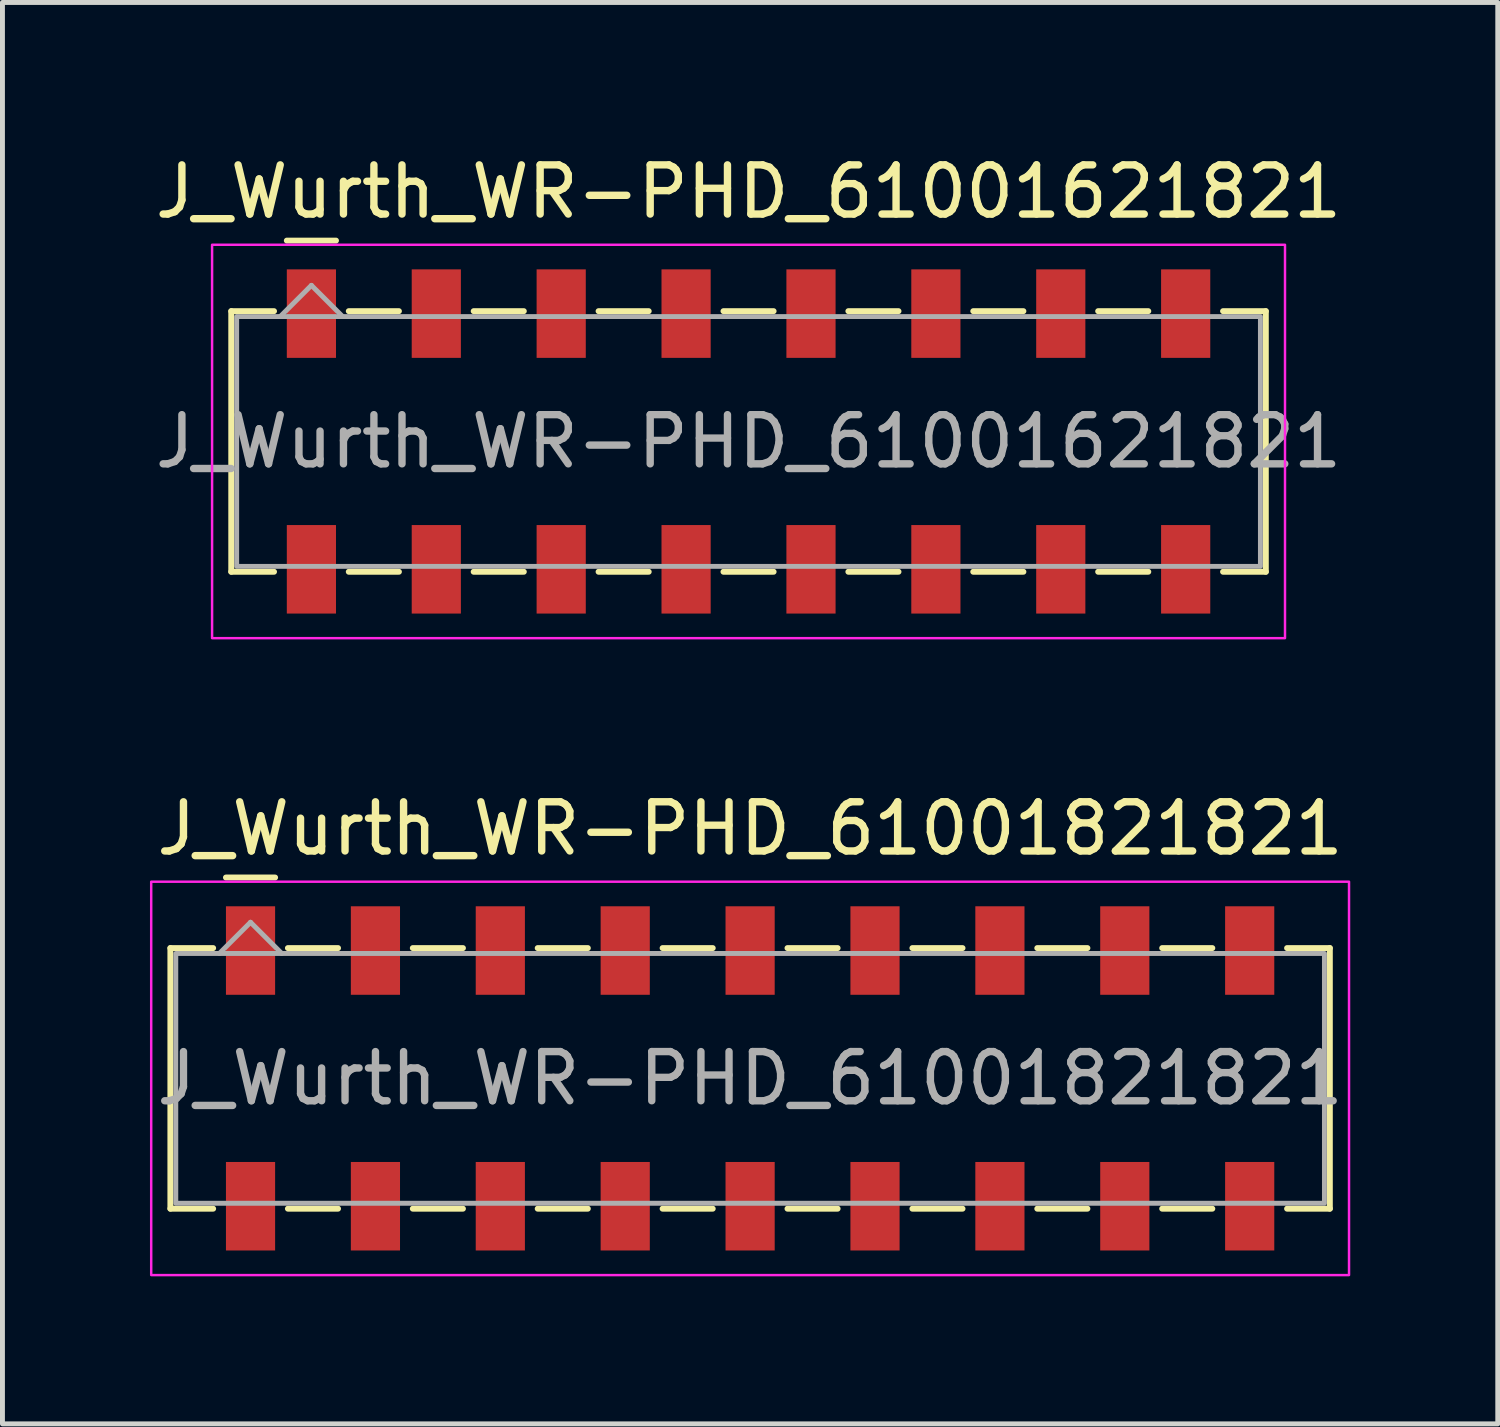
<source format=kicad_pcb>
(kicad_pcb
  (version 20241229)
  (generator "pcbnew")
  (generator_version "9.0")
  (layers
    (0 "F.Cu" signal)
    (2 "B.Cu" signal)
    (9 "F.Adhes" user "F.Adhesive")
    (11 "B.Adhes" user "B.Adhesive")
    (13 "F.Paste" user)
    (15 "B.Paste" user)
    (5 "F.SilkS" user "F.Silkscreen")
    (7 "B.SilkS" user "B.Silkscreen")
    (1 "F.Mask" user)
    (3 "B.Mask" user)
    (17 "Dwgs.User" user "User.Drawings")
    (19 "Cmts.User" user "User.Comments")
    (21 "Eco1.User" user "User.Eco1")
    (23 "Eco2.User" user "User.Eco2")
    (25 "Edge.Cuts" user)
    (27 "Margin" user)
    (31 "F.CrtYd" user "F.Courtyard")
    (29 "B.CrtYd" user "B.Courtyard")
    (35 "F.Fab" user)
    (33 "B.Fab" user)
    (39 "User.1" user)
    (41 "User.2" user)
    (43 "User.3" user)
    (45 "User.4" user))
  (footprint "J_Wurth_WR-PHD_61001821821"
    (layer "F.Cu")
    (at 12.205 18.881)
    (property "Reference" "J_Wurth_WR-PHD_61001821821" (at 0 -5.08 0) (unlocked yes) (layer "F.SilkS") (effects (font (size 1 1) (thickness 0.15))))
    (attr smd)
    (fp_line (start -11.79 -2.65) (end -11.79 2.65) (stroke (width 0.12) (type solid)) (layer "F.SilkS"))
    (fp_line (start -11.79 -2.65) (end -10.92 -2.65) (stroke (width 0.12) (type solid)) (layer "F.SilkS"))
    (fp_line (start -11.79 2.65) (end -10.92 2.65) (stroke (width 0.12) (type solid)) (layer "F.SilkS"))
    (fp_line (start -10.66 -4.085) (end -9.66 -4.085) (stroke (width 0.12) (type solid)) (layer "F.SilkS"))
    (fp_line (start -9.4 -2.65) (end -8.38 -2.65) (stroke (width 0.12) (type solid)) (layer "F.SilkS"))
    (fp_line (start -9.4 2.65) (end -8.38 2.65) (stroke (width 0.12) (type solid)) (layer "F.SilkS"))
    (fp_line (start -6.86 -2.65) (end -5.84 -2.65) (stroke (width 0.12) (type solid)) (layer "F.SilkS"))
    (fp_line (start -6.86 2.65) (end -5.84 2.65) (stroke (width 0.12) (type solid)) (layer "F.SilkS"))
    (fp_line (start -4.32 -2.65) (end -3.3 -2.65) (stroke (width 0.12) (type solid)) (layer "F.SilkS"))
    (fp_line (start -4.32 2.65) (end -3.3 2.65) (stroke (width 0.12) (type solid)) (layer "F.SilkS"))
    (fp_line (start -1.78 -2.65) (end -0.76 -2.65) (stroke (width 0.12) (type solid)) (layer "F.SilkS"))
    (fp_line (start -1.78 2.65) (end -0.76 2.65) (stroke (width 0.12) (type solid)) (layer "F.SilkS"))
    (fp_line (start 0.76 -2.65) (end 1.78 -2.65) (stroke (width 0.12) (type solid)) (layer "F.SilkS"))
    (fp_line (start 0.76 2.65) (end 1.78 2.65) (stroke (width 0.12) (type solid)) (layer "F.SilkS"))
    (fp_line (start 3.3 -2.65) (end 4.32 -2.65) (stroke (width 0.12) (type solid)) (layer "F.SilkS"))
    (fp_line (start 3.3 2.65) (end 4.32 2.65) (stroke (width 0.12) (type solid)) (layer "F.SilkS"))
    (fp_line (start 5.84 -2.65) (end 6.86 -2.65) (stroke (width 0.12) (type solid)) (layer "F.SilkS"))
    (fp_line (start 5.84 2.65) (end 6.86 2.65) (stroke (width 0.12) (type solid)) (layer "F.SilkS"))
    (fp_line (start 8.38 -2.65) (end 9.4 -2.65) (stroke (width 0.12) (type solid)) (layer "F.SilkS"))
    (fp_line (start 8.38 2.65) (end 9.4 2.65) (stroke (width 0.12) (type solid)) (layer "F.SilkS"))
    (fp_line (start 10.92 -2.65) (end 11.79 -2.65) (stroke (width 0.12) (type solid)) (layer "F.SilkS"))
    (fp_line (start 10.92 2.65) (end 11.79 2.65) (stroke (width 0.12) (type solid)) (layer "F.SilkS"))
    (fp_line (start 11.79 -2.65) (end 11.79 2.65) (stroke (width 0.12) (type solid)) (layer "F.SilkS"))
    (fp_rect (start -12.18 -4) (end 12.18 4) (stroke (width 0.05) (type solid)) (fill no) (layer "F.CrtYd"))
    (fp_line (start -10.795 -2.54) (end -10.16 -3.175) (stroke (width 0.1) (type default)) (layer "F.Fab"))
    (fp_line (start -10.16 -3.175) (end -9.525 -2.54) (stroke (width 0.1) (type default)) (layer "F.Fab"))
    (fp_rect (start -11.68 -2.54) (end 11.68 2.54) (stroke (width 0.1) (type solid)) (fill no) (layer "F.Fab"))
    (fp_text user "${REFERENCE}" (at 0 0 0) (unlocked yes) (layer "F.Fab") (effects (font (size 1 1) (thickness 0.15))))
    (pad "1" smd rect (at -10.16 -2.6) (size 1 1.8) (layers "F.Cu" "F.Mask" "F.Paste"))
    (pad "2" smd rect (at -10.16 2.6) (size 1 1.8) (layers "F.Cu" "F.Mask" "F.Paste"))
    (pad "3" smd rect (at -7.62 -2.6) (size 1 1.8) (layers "F.Cu" "F.Mask" "F.Paste"))
    (pad "4" smd rect (at -7.62 2.6) (size 1 1.8) (layers "F.Cu" "F.Mask" "F.Paste"))
    (pad "5" smd rect (at -5.08 -2.6) (size 1 1.8) (layers "F.Cu" "F.Mask" "F.Paste"))
    (pad "6" smd rect (at -5.08 2.6) (size 1 1.8) (layers "F.Cu" "F.Mask" "F.Paste"))
    (pad "7" smd rect (at -2.54 -2.6) (size 1 1.8) (layers "F.Cu" "F.Mask" "F.Paste"))
    (pad "8" smd rect (at -2.54 2.6) (size 1 1.8) (layers "F.Cu" "F.Mask" "F.Paste"))
    (pad "9" smd rect (at 0 -2.6) (size 1 1.8) (layers "F.Cu" "F.Mask" "F.Paste"))
    (pad "10" smd rect (at 0 2.6) (size 1 1.8) (layers "F.Cu" "F.Mask" "F.Paste"))
    (pad "11" smd rect (at 2.54 -2.6) (size 1 1.8) (layers "F.Cu" "F.Mask" "F.Paste"))
    (pad "12" smd rect (at 2.54 2.6) (size 1 1.8) (layers "F.Cu" "F.Mask" "F.Paste"))
    (pad "13" smd rect (at 5.08 -2.6) (size 1 1.8) (layers "F.Cu" "F.Mask" "F.Paste"))
    (pad "14" smd rect (at 5.08 2.6) (size 1 1.8) (layers "F.Cu" "F.Mask" "F.Paste"))
    (pad "15" smd rect (at 7.62 -2.6) (size 1 1.8) (layers "F.Cu" "F.Mask" "F.Paste"))
    (pad "16" smd rect (at 7.62 2.6) (size 1 1.8) (layers "F.Cu" "F.Mask" "F.Paste"))
    (pad "17" smd rect (at 10.16 -2.6) (size 1 1.8) (layers "F.Cu" "F.Mask" "F.Paste"))
    (pad "18" smd rect (at 10.16 2.6) (size 1 1.8) (layers "F.Cu" "F.Mask" "F.Paste")))
  (footprint "J_Wurth_WR-PHD_61001621821"
    (layer "F.Cu")
    (at 12.173 5.928)
    (property "Reference" "J_Wurth_WR-PHD_61001621821" (at 0 -5.08 0) (unlocked yes) (layer "F.SilkS") (effects (font (size 1 1) (thickness 0.15))))
    (attr smd)
    (fp_line (start -10.52 -2.65) (end -10.52 2.65) (stroke (width 0.12) (type solid)) (layer "F.SilkS"))
    (fp_line (start -10.52 -2.65) (end -9.65 -2.65) (stroke (width 0.12) (type solid)) (layer "F.SilkS"))
    (fp_line (start -10.52 2.65) (end -9.65 2.65) (stroke (width 0.12) (type solid)) (layer "F.SilkS"))
    (fp_line (start -9.39 -4.085) (end -8.39 -4.085) (stroke (width 0.12) (type solid)) (layer "F.SilkS"))
    (fp_line (start -8.13 -2.65) (end -7.11 -2.65) (stroke (width 0.12) (type solid)) (layer "F.SilkS"))
    (fp_line (start -8.13 2.65) (end -7.11 2.65) (stroke (width 0.12) (type solid)) (layer "F.SilkS"))
    (fp_line (start -5.59 -2.65) (end -4.57 -2.65) (stroke (width 0.12) (type solid)) (layer "F.SilkS"))
    (fp_line (start -5.59 2.65) (end -4.57 2.65) (stroke (width 0.12) (type solid)) (layer "F.SilkS"))
    (fp_line (start -3.05 -2.65) (end -2.03 -2.65) (stroke (width 0.12) (type solid)) (layer "F.SilkS"))
    (fp_line (start -3.05 2.65) (end -2.03 2.65) (stroke (width 0.12) (type solid)) (layer "F.SilkS"))
    (fp_line (start -0.51 -2.65) (end 0.51 -2.65) (stroke (width 0.12) (type solid)) (layer "F.SilkS"))
    (fp_line (start -0.51 2.65) (end 0.51 2.65) (stroke (width 0.12) (type solid)) (layer "F.SilkS"))
    (fp_line (start 2.03 -2.65) (end 3.05 -2.65) (stroke (width 0.12) (type solid)) (layer "F.SilkS"))
    (fp_line (start 2.03 2.65) (end 3.05 2.65) (stroke (width 0.12) (type solid)) (layer "F.SilkS"))
    (fp_line (start 4.57 -2.65) (end 5.59 -2.65) (stroke (width 0.12) (type solid)) (layer "F.SilkS"))
    (fp_line (start 4.57 2.65) (end 5.59 2.65) (stroke (width 0.12) (type solid)) (layer "F.SilkS"))
    (fp_line (start 7.11 -2.65) (end 8.13 -2.65) (stroke (width 0.12) (type solid)) (layer "F.SilkS"))
    (fp_line (start 7.11 2.65) (end 8.13 2.65) (stroke (width 0.12) (type solid)) (layer "F.SilkS"))
    (fp_line (start 9.65 -2.65) (end 10.52 -2.65) (stroke (width 0.12) (type solid)) (layer "F.SilkS"))
    (fp_line (start 9.65 2.65) (end 10.52 2.65) (stroke (width 0.12) (type solid)) (layer "F.SilkS"))
    (fp_line (start 10.52 -2.65) (end 10.52 2.65) (stroke (width 0.12) (type solid)) (layer "F.SilkS"))
    (fp_rect (start -10.91 -4) (end 10.91 4) (stroke (width 0.05) (type solid)) (fill no) (layer "F.CrtYd"))
    (fp_line (start -9.525 -2.54) (end -8.89 -3.175) (stroke (width 0.1) (type default)) (layer "F.Fab"))
    (fp_line (start -8.89 -3.175) (end -8.255 -2.54) (stroke (width 0.1) (type default)) (layer "F.Fab"))
    (fp_rect (start -10.41 -2.54) (end 10.41 2.54) (stroke (width 0.1) (type solid)) (fill no) (layer "F.Fab"))
    (fp_text user "${REFERENCE}" (at 0 0 0) (unlocked yes) (layer "F.Fab") (effects (font (size 1 1) (thickness 0.15))))
    (pad "1" smd rect (at -8.89 -2.6) (size 1 1.8) (layers "F.Cu" "F.Mask" "F.Paste"))
    (pad "2" smd rect (at -8.89 2.6) (size 1 1.8) (layers "F.Cu" "F.Mask" "F.Paste"))
    (pad "3" smd rect (at -6.35 -2.6) (size 1 1.8) (layers "F.Cu" "F.Mask" "F.Paste"))
    (pad "4" smd rect (at -6.35 2.6) (size 1 1.8) (layers "F.Cu" "F.Mask" "F.Paste"))
    (pad "5" smd rect (at -3.81 -2.6) (size 1 1.8) (layers "F.Cu" "F.Mask" "F.Paste"))
    (pad "6" smd rect (at -3.81 2.6) (size 1 1.8) (layers "F.Cu" "F.Mask" "F.Paste"))
    (pad "7" smd rect (at -1.27 -2.6) (size 1 1.8) (layers "F.Cu" "F.Mask" "F.Paste"))
    (pad "8" smd rect (at -1.27 2.6) (size 1 1.8) (layers "F.Cu" "F.Mask" "F.Paste"))
    (pad "9" smd rect (at 1.27 -2.6) (size 1 1.8) (layers "F.Cu" "F.Mask" "F.Paste"))
    (pad "10" smd rect (at 1.27 2.6) (size 1 1.8) (layers "F.Cu" "F.Mask" "F.Paste"))
    (pad "11" smd rect (at 3.81 -2.6) (size 1 1.8) (layers "F.Cu" "F.Mask" "F.Paste"))
    (pad "12" smd rect (at 3.81 2.6) (size 1 1.8) (layers "F.Cu" "F.Mask" "F.Paste"))
    (pad "13" smd rect (at 6.35 -2.6) (size 1 1.8) (layers "F.Cu" "F.Mask" "F.Paste"))
    (pad "14" smd rect (at 6.35 2.6) (size 1 1.8) (layers "F.Cu" "F.Mask" "F.Paste"))
    (pad "15" smd rect (at 8.89 -2.6) (size 1 1.8) (layers "F.Cu" "F.Mask" "F.Paste"))
    (pad "16" smd rect (at 8.89 2.6) (size 1 1.8) (layers "F.Cu" "F.Mask" "F.Paste")))
  (gr_rect
    (start -3 -3)
    (end 27.41 25.907)
    (stroke (width 0.1) (type default))
    (fill no)
    (layer "Edge.Cuts")))
</source>
